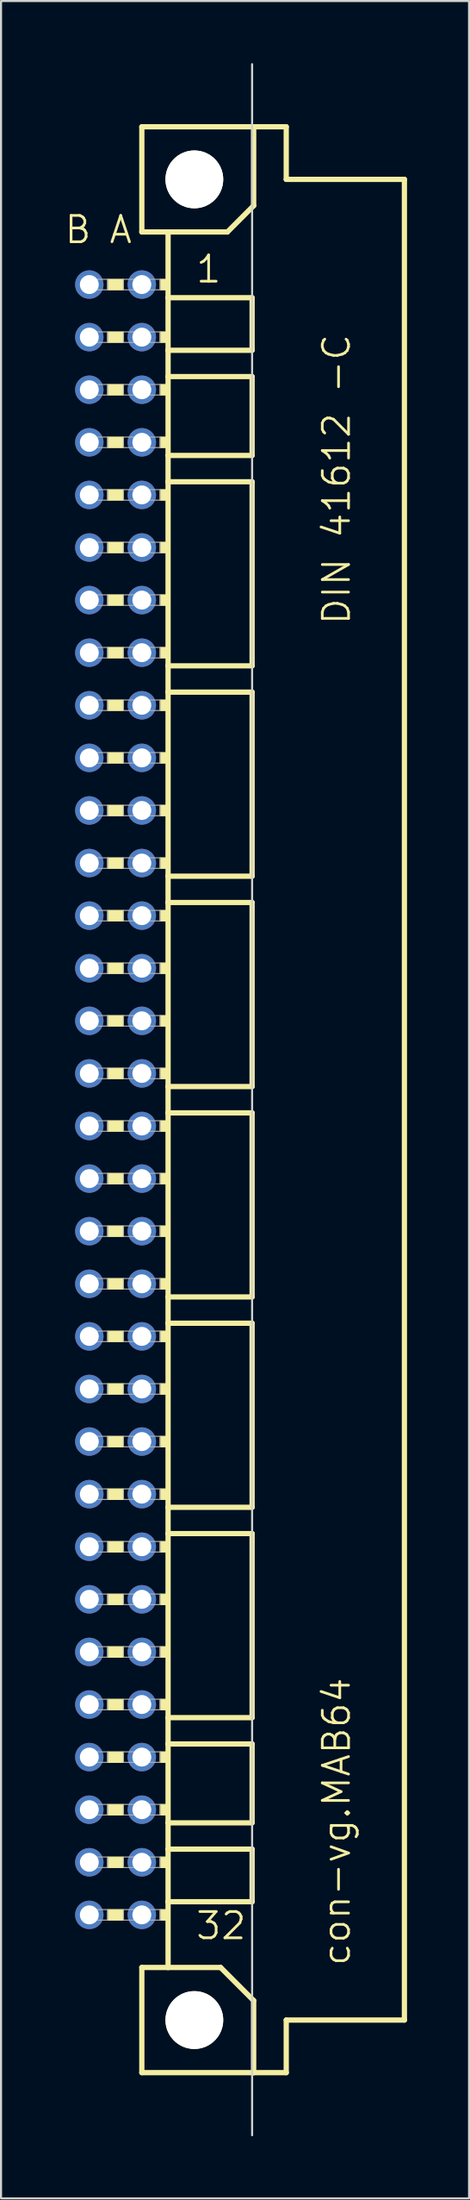
<source format=kicad_pcb>
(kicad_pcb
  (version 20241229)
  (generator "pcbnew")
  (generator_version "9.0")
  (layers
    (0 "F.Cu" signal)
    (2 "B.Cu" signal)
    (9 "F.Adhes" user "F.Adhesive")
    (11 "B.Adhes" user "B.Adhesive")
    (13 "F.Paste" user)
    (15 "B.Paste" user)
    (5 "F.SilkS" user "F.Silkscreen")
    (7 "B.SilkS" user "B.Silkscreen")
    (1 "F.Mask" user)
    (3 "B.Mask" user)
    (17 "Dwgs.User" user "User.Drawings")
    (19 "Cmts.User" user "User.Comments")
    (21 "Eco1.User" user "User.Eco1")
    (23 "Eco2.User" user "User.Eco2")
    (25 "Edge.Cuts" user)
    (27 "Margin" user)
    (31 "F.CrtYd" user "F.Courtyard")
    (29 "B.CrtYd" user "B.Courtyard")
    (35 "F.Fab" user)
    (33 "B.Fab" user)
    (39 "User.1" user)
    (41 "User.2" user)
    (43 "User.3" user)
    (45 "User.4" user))
  (footprint "con-vg.MAB64"
    (layer "F.Cu")
    (at 6.35 50.063)
    (property "Reference" "con-vg.MAB64" (at 7.62 41.91 90) (layer "F.SilkS") (effects (font (size 1.27 1.27) (thickness 0.13)) (justify left bottom)))
    (attr through_hole)
    (fp_line (start -2.54 -46.99) (end -2.54 -41.91) (stroke (width 0.254) (type default)) (layer "F.SilkS"))
    (fp_line (start -2.54 -41.91) (end -1.27 -41.91) (stroke (width 0.254) (type default)) (layer "F.SilkS"))
    (fp_line (start -2.54 41.91) (end -2.54 46.99) (stroke (width 0.254) (type default)) (layer "F.SilkS"))
    (fp_line (start -2.54 41.91) (end -1.27 41.91) (stroke (width 0.254) (type default)) (layer "F.SilkS"))
    (fp_line (start -2.54 46.99) (end 2.87 46.99) (stroke (width 0.254) (type default)) (layer "F.SilkS"))
    (fp_line (start -1.27 -41.91) (end -1.27 -38.735) (stroke (width 0.254) (type default)) (layer "F.SilkS"))
    (fp_line (start -1.27 -41.91) (end 1.6 -41.91) (stroke (width 0.254) (type default)) (layer "F.SilkS"))
    (fp_line (start -1.27 -38.735) (end -1.27 -36.195) (stroke (width 0.254) (type default)) (layer "F.SilkS"))
    (fp_line (start -1.27 -36.195) (end -1.27 -34.925) (stroke (width 0.254) (type default)) (layer "F.SilkS"))
    (fp_line (start -1.27 -34.925) (end -1.27 -31.115) (stroke (width 0.254) (type default)) (layer "F.SilkS"))
    (fp_line (start -1.27 -31.115) (end -1.27 -29.845) (stroke (width 0.254) (type default)) (layer "F.SilkS"))
    (fp_line (start -1.27 -29.845) (end -1.27 -20.955) (stroke (width 0.254) (type default)) (layer "F.SilkS"))
    (fp_line (start -1.27 -20.955) (end -1.27 -19.685) (stroke (width 0.254) (type default)) (layer "F.SilkS"))
    (fp_line (start -1.27 -19.685) (end -1.27 -10.795) (stroke (width 0.254) (type default)) (layer "F.SilkS"))
    (fp_line (start -1.27 -10.795) (end -1.27 -9.525) (stroke (width 0.254) (type default)) (layer "F.SilkS"))
    (fp_line (start -1.27 -9.525) (end -1.27 -0.635) (stroke (width 0.254) (type default)) (layer "F.SilkS"))
    (fp_line (start -1.27 -0.635) (end -1.27 0.635) (stroke (width 0.254) (type default)) (layer "F.SilkS"))
    (fp_line (start -1.27 0.635) (end -1.27 9.525) (stroke (width 0.254) (type default)) (layer "F.SilkS"))
    (fp_line (start -1.27 9.525) (end -1.27 10.795) (stroke (width 0.254) (type default)) (layer "F.SilkS"))
    (fp_line (start -1.27 10.795) (end -1.27 19.685) (stroke (width 0.254) (type default)) (layer "F.SilkS"))
    (fp_line (start -1.27 19.685) (end -1.27 20.955) (stroke (width 0.254) (type default)) (layer "F.SilkS"))
    (fp_line (start -1.27 20.955) (end -1.27 29.845) (stroke (width 0.254) (type default)) (layer "F.SilkS"))
    (fp_line (start -1.27 29.845) (end -1.27 31.115) (stroke (width 0.254) (type default)) (layer "F.SilkS"))
    (fp_line (start -1.27 31.115) (end -1.27 34.925) (stroke (width 0.254) (type default)) (layer "F.SilkS"))
    (fp_line (start -1.27 34.925) (end -1.27 36.195) (stroke (width 0.254) (type default)) (layer "F.SilkS"))
    (fp_line (start -1.27 36.195) (end -1.27 38.735) (stroke (width 0.254) (type default)) (layer "F.SilkS"))
    (fp_line (start -1.27 38.735) (end -1.27 41.91) (stroke (width 0.254) (type default)) (layer "F.SilkS"))
    (fp_line (start -1.27 41.91) (end 1.27 41.91) (stroke (width 0.254) (type default)) (layer "F.SilkS"))
    (fp_line (start 1.6 -41.91) (end 2.87 -43.18) (stroke (width 0.254) (type default)) (layer "F.SilkS"))
    (fp_line (start 2.794 -38.735) (end -1.27 -38.735) (stroke (width 0.254) (type default)) (layer "F.SilkS"))
    (fp_line (start 2.794 -38.735) (end 2.794 -36.195) (stroke (width 0.254) (type default)) (layer "F.SilkS"))
    (fp_line (start 2.794 -36.195) (end -1.27 -36.195) (stroke (width 0.254) (type default)) (layer "F.SilkS"))
    (fp_line (start 2.794 -34.925) (end -1.27 -34.925) (stroke (width 0.254) (type default)) (layer "F.SilkS"))
    (fp_line (start 2.794 -34.925) (end 2.794 -31.115) (stroke (width 0.254) (type default)) (layer "F.SilkS"))
    (fp_line (start 2.794 -31.115) (end -1.27 -31.115) (stroke (width 0.254) (type default)) (layer "F.SilkS"))
    (fp_line (start 2.794 -29.845) (end -1.27 -29.845) (stroke (width 0.254) (type default)) (layer "F.SilkS"))
    (fp_line (start 2.794 -29.845) (end 2.794 -20.955) (stroke (width 0.254) (type default)) (layer "F.SilkS"))
    (fp_line (start 2.794 -20.955) (end -1.27 -20.955) (stroke (width 0.254) (type default)) (layer "F.SilkS"))
    (fp_line (start 2.794 -19.685) (end -1.27 -19.685) (stroke (width 0.254) (type default)) (layer "F.SilkS"))
    (fp_line (start 2.794 -19.685) (end 2.794 -10.795) (stroke (width 0.254) (type default)) (layer "F.SilkS"))
    (fp_line (start 2.794 -10.795) (end -1.27 -10.795) (stroke (width 0.254) (type default)) (layer "F.SilkS"))
    (fp_line (start 2.794 -9.525) (end -1.27 -9.525) (stroke (width 0.254) (type default)) (layer "F.SilkS"))
    (fp_line (start 2.794 -9.525) (end 2.794 -0.635) (stroke (width 0.254) (type default)) (layer "F.SilkS"))
    (fp_line (start 2.794 -0.635) (end -1.27 -0.635) (stroke (width 0.254) (type default)) (layer "F.SilkS"))
    (fp_line (start 2.794 0.635) (end -1.27 0.635) (stroke (width 0.254) (type default)) (layer "F.SilkS"))
    (fp_line (start 2.794 0.635) (end 2.794 9.525) (stroke (width 0.254) (type default)) (layer "F.SilkS"))
    (fp_line (start 2.794 9.525) (end -1.27 9.525) (stroke (width 0.254) (type default)) (layer "F.SilkS"))
    (fp_line (start 2.794 10.795) (end -1.27 10.795) (stroke (width 0.254) (type default)) (layer "F.SilkS"))
    (fp_line (start 2.794 10.795) (end 2.794 19.685) (stroke (width 0.254) (type default)) (layer "F.SilkS"))
    (fp_line (start 2.794 19.685) (end -1.27 19.685) (stroke (width 0.254) (type default)) (layer "F.SilkS"))
    (fp_line (start 2.794 20.955) (end -1.27 20.955) (stroke (width 0.254) (type default)) (layer "F.SilkS"))
    (fp_line (start 2.794 20.955) (end 2.794 29.845) (stroke (width 0.254) (type default)) (layer "F.SilkS"))
    (fp_line (start 2.794 29.845) (end -1.27 29.845) (stroke (width 0.254) (type default)) (layer "F.SilkS"))
    (fp_line (start 2.794 31.115) (end -1.27 31.115) (stroke (width 0.254) (type default)) (layer "F.SilkS"))
    (fp_line (start 2.794 31.115) (end 2.794 34.925) (stroke (width 0.254) (type default)) (layer "F.SilkS"))
    (fp_line (start 2.794 34.925) (end -1.27 34.925) (stroke (width 0.254) (type default)) (layer "F.SilkS"))
    (fp_line (start 2.794 36.195) (end -1.27 36.195) (stroke (width 0.254) (type default)) (layer "F.SilkS"))
    (fp_line (start 2.794 36.195) (end 2.794 38.735) (stroke (width 0.254) (type default)) (layer "F.SilkS"))
    (fp_line (start 2.794 38.735) (end -1.27 38.735) (stroke (width 0.254) (type default)) (layer "F.SilkS"))
    (fp_line (start 2.87 -46.99) (end -2.54 -46.99) (stroke (width 0.254) (type default)) (layer "F.SilkS"))
    (fp_line (start 2.87 -43.18) (end 2.87 -46.99) (stroke (width 0.254) (type default)) (layer "F.SilkS"))
    (fp_line (start 2.87 43.51) (end 1.27 41.91) (stroke (width 0.254) (type default)) (layer "F.SilkS"))
    (fp_line (start 2.87 43.51) (end 2.87 46.99) (stroke (width 0.254) (type default)) (layer "F.SilkS"))
    (fp_line (start 2.87 46.99) (end 4.445 46.99) (stroke (width 0.254) (type default)) (layer "F.SilkS"))
    (fp_line (start 4.445 -46.99) (end 2.87 -46.99) (stroke (width 0.254) (type default)) (layer "F.SilkS"))
    (fp_line (start 4.445 -44.45) (end 4.445 -46.99) (stroke (width 0.254) (type default)) (layer "F.SilkS"))
    (fp_line (start 4.445 44.45) (end 10.16 44.45) (stroke (width 0.254) (type default)) (layer "F.SilkS"))
    (fp_line (start 4.445 46.99) (end 4.445 44.45) (stroke (width 0.254) (type default)) (layer "F.SilkS"))
    (fp_line (start 10.16 -44.45) (end 4.445 -44.45) (stroke (width 0.254) (type default)) (layer "F.SilkS"))
    (fp_line (start 10.16 44.45) (end 10.16 -44.45) (stroke (width 0.254) (type default)) (layer "F.SilkS"))
    (fp_rect (start -4.191 -39.116) (end -3.429 -39.624) (stroke (width 0.05) (type default)) (fill yes) (layer "F.SilkS"))
    (fp_rect (start -4.191 -36.576) (end -3.429 -37.084) (stroke (width 0.05) (type default)) (fill yes) (layer "F.SilkS"))
    (fp_rect (start -4.191 -34.036) (end -3.429 -34.544) (stroke (width 0.05) (type default)) (fill yes) (layer "F.SilkS"))
    (fp_rect (start -4.191 -31.496) (end -3.429 -32.004) (stroke (width 0.05) (type default)) (fill yes) (layer "F.SilkS"))
    (fp_rect (start -4.191 -28.956) (end -3.429 -29.464) (stroke (width 0.05) (type default)) (fill yes) (layer "F.SilkS"))
    (fp_rect (start -4.191 -26.416) (end -3.429 -26.924) (stroke (width 0.05) (type default)) (fill yes) (layer "F.SilkS"))
    (fp_rect (start -4.191 -23.876) (end -3.429 -24.384) (stroke (width 0.05) (type default)) (fill yes) (layer "F.SilkS"))
    (fp_rect (start -4.191 -21.336) (end -3.429 -21.844) (stroke (width 0.05) (type default)) (fill yes) (layer "F.SilkS"))
    (fp_rect (start -4.191 -18.796) (end -3.429 -19.304) (stroke (width 0.05) (type default)) (fill yes) (layer "F.SilkS"))
    (fp_rect (start -4.191 -16.256) (end -3.429 -16.764) (stroke (width 0.05) (type default)) (fill yes) (layer "F.SilkS"))
    (fp_rect (start -4.191 -13.716) (end -3.429 -14.224) (stroke (width 0.05) (type default)) (fill yes) (layer "F.SilkS"))
    (fp_rect (start -4.191 -11.176) (end -3.429 -11.684) (stroke (width 0.05) (type default)) (fill yes) (layer "F.SilkS"))
    (fp_rect (start -4.191 -8.636) (end -3.429 -9.144) (stroke (width 0.05) (type default)) (fill yes) (layer "F.SilkS"))
    (fp_rect (start -4.191 -6.096) (end -3.429 -6.604) (stroke (width 0.05) (type default)) (fill yes) (layer "F.SilkS"))
    (fp_rect (start -4.191 -3.556) (end -3.429 -4.064) (stroke (width 0.05) (type default)) (fill yes) (layer "F.SilkS"))
    (fp_rect (start -4.191 -1.016) (end -3.429 -1.524) (stroke (width 0.05) (type default)) (fill yes) (layer "F.SilkS"))
    (fp_rect (start -4.191 1.524) (end -3.429 1.016) (stroke (width 0.05) (type default)) (fill yes) (layer "F.SilkS"))
    (fp_rect (start -4.191 4.064) (end -3.429 3.556) (stroke (width 0.05) (type default)) (fill yes) (layer "F.SilkS"))
    (fp_rect (start -4.191 6.604) (end -3.429 6.096) (stroke (width 0.05) (type default)) (fill yes) (layer "F.SilkS"))
    (fp_rect (start -4.191 9.144) (end -3.429 8.636) (stroke (width 0.05) (type default)) (fill yes) (layer "F.SilkS"))
    (fp_rect (start -4.191 11.684) (end -3.429 11.176) (stroke (width 0.05) (type default)) (fill yes) (layer "F.SilkS"))
    (fp_rect (start -4.191 14.224) (end -3.429 13.716) (stroke (width 0.05) (type default)) (fill yes) (layer "F.SilkS"))
    (fp_rect (start -4.191 16.764) (end -3.429 16.256) (stroke (width 0.05) (type default)) (fill yes) (layer "F.SilkS"))
    (fp_rect (start -4.191 19.304) (end -3.429 18.796) (stroke (width 0.05) (type default)) (fill yes) (layer "F.SilkS"))
    (fp_rect (start -4.191 21.844) (end -3.429 21.336) (stroke (width 0.05) (type default)) (fill yes) (layer "F.SilkS"))
    (fp_rect (start -4.191 24.384) (end -3.429 23.876) (stroke (width 0.05) (type default)) (fill yes) (layer "F.SilkS"))
    (fp_rect (start -4.191 26.924) (end -3.429 26.416) (stroke (width 0.05) (type default)) (fill yes) (layer "F.SilkS"))
    (fp_rect (start -4.191 29.464) (end -3.429 28.956) (stroke (width 0.05) (type default)) (fill yes) (layer "F.SilkS"))
    (fp_rect (start -4.191 32.004) (end -3.429 31.496) (stroke (width 0.05) (type default)) (fill yes) (layer "F.SilkS"))
    (fp_rect (start -4.191 34.544) (end -3.429 34.036) (stroke (width 0.05) (type default)) (fill yes) (layer "F.SilkS"))
    (fp_rect (start -4.191 37.084) (end -3.429 36.576) (stroke (width 0.05) (type default)) (fill yes) (layer "F.SilkS"))
    (fp_rect (start -4.191 39.624) (end -3.429 39.116) (stroke (width 0.05) (type default)) (fill yes) (layer "F.SilkS"))
    (fp_rect (start -1.651 -39.116) (end -1.27 -39.624) (stroke (width 0.05) (type default)) (fill yes) (layer "F.SilkS"))
    (fp_rect (start -1.651 -36.576) (end -1.27 -37.084) (stroke (width 0.05) (type default)) (fill yes) (layer "F.SilkS"))
    (fp_rect (start -1.651 -34.036) (end -1.27 -34.544) (stroke (width 0.05) (type default)) (fill yes) (layer "F.SilkS"))
    (fp_rect (start -1.651 -31.496) (end -1.27 -32.004) (stroke (width 0.05) (type default)) (fill yes) (layer "F.SilkS"))
    (fp_rect (start -1.651 -28.956) (end -1.27 -29.464) (stroke (width 0.05) (type default)) (fill yes) (layer "F.SilkS"))
    (fp_rect (start -1.651 -26.416) (end -1.27 -26.924) (stroke (width 0.05) (type default)) (fill yes) (layer "F.SilkS"))
    (fp_rect (start -1.651 -23.876) (end -1.27 -24.384) (stroke (width 0.05) (type default)) (fill yes) (layer "F.SilkS"))
    (fp_rect (start -1.651 -21.336) (end -1.27 -21.844) (stroke (width 0.05) (type default)) (fill yes) (layer "F.SilkS"))
    (fp_rect (start -1.651 -18.796) (end -1.27 -19.304) (stroke (width 0.05) (type default)) (fill yes) (layer "F.SilkS"))
    (fp_rect (start -1.651 -16.256) (end -1.27 -16.764) (stroke (width 0.05) (type default)) (fill yes) (layer "F.SilkS"))
    (fp_rect (start -1.651 -13.716) (end -1.27 -14.224) (stroke (width 0.05) (type default)) (fill yes) (layer "F.SilkS"))
    (fp_rect (start -1.651 -11.176) (end -1.27 -11.684) (stroke (width 0.05) (type default)) (fill yes) (layer "F.SilkS"))
    (fp_rect (start -1.651 -8.636) (end -1.27 -9.144) (stroke (width 0.05) (type default)) (fill yes) (layer "F.SilkS"))
    (fp_rect (start -1.651 -6.096) (end -1.27 -6.604) (stroke (width 0.05) (type default)) (fill yes) (layer "F.SilkS"))
    (fp_rect (start -1.651 -3.556) (end -1.27 -4.064) (stroke (width 0.05) (type default)) (fill yes) (layer "F.SilkS"))
    (fp_rect (start -1.651 -1.016) (end -1.27 -1.524) (stroke (width 0.05) (type default)) (fill yes) (layer "F.SilkS"))
    (fp_rect (start -1.651 1.524) (end -1.27 1.016) (stroke (width 0.05) (type default)) (fill yes) (layer "F.SilkS"))
    (fp_rect (start -1.651 4.064) (end -1.27 3.556) (stroke (width 0.05) (type default)) (fill yes) (layer "F.SilkS"))
    (fp_rect (start -1.651 6.604) (end -1.27 6.096) (stroke (width 0.05) (type default)) (fill yes) (layer "F.SilkS"))
    (fp_rect (start -1.651 9.144) (end -1.27 8.636) (stroke (width 0.05) (type default)) (fill yes) (layer "F.SilkS"))
    (fp_rect (start -1.651 11.684) (end -1.27 11.176) (stroke (width 0.05) (type default)) (fill yes) (layer "F.SilkS"))
    (fp_rect (start -1.651 14.224) (end -1.27 13.716) (stroke (width 0.05) (type default)) (fill yes) (layer "F.SilkS"))
    (fp_rect (start -1.651 16.764) (end -1.27 16.256) (stroke (width 0.05) (type default)) (fill yes) (layer "F.SilkS"))
    (fp_rect (start -1.651 19.304) (end -1.27 18.796) (stroke (width 0.05) (type default)) (fill yes) (layer "F.SilkS"))
    (fp_rect (start -1.651 21.844) (end -1.27 21.336) (stroke (width 0.05) (type default)) (fill yes) (layer "F.SilkS"))
    (fp_rect (start -1.651 24.384) (end -1.27 23.876) (stroke (width 0.05) (type default)) (fill yes) (layer "F.SilkS"))
    (fp_rect (start -1.651 26.924) (end -1.27 26.416) (stroke (width 0.05) (type default)) (fill yes) (layer "F.SilkS"))
    (fp_rect (start -1.651 29.464) (end -1.27 28.956) (stroke (width 0.05) (type default)) (fill yes) (layer "F.SilkS"))
    (fp_rect (start -1.651 32.004) (end -1.27 31.496) (stroke (width 0.05) (type default)) (fill yes) (layer "F.SilkS"))
    (fp_rect (start -1.651 34.544) (end -1.27 34.036) (stroke (width 0.05) (type default)) (fill yes) (layer "F.SilkS"))
    (fp_rect (start -1.651 37.084) (end -1.27 36.576) (stroke (width 0.05) (type default)) (fill yes) (layer "F.SilkS"))
    (fp_rect (start -1.651 39.624) (end -1.27 39.116) (stroke (width 0.05) (type default)) (fill yes) (layer "F.SilkS"))
    (fp_circle (center 0 -44.45) (end 1.27 -44.45) (stroke (width 0.254) (type default)) (fill no) (layer "F.SilkS"))
    (fp_circle (center 0 44.45) (end 1.27 44.45) (stroke (width 0.254) (type default)) (fill no) (layer "F.SilkS"))
    (fp_line (start 2.794 50.013) (end 2.794 -50.013) (stroke (width 0.1) (type default)) (layer "Edge.Cuts"))
    (fp_rect (start -5.334 -39.116) (end -4.191 -39.624) (stroke (width 0.05) (type default)) (fill no) (layer "F.Fab"))
    (fp_rect (start -5.334 -36.576) (end -4.191 -37.084) (stroke (width 0.05) (type default)) (fill no) (layer "F.Fab"))
    (fp_rect (start -5.334 -34.036) (end -4.191 -34.544) (stroke (width 0.05) (type default)) (fill no) (layer "F.Fab"))
    (fp_rect (start -5.334 -31.496) (end -4.191 -32.004) (stroke (width 0.05) (type default)) (fill no) (layer "F.Fab"))
    (fp_rect (start -5.334 -28.956) (end -4.191 -29.464) (stroke (width 0.05) (type default)) (fill no) (layer "F.Fab"))
    (fp_rect (start -5.334 -26.416) (end -4.191 -26.924) (stroke (width 0.05) (type default)) (fill no) (layer "F.Fab"))
    (fp_rect (start -5.334 -23.876) (end -4.191 -24.384) (stroke (width 0.05) (type default)) (fill no) (layer "F.Fab"))
    (fp_rect (start -5.334 -21.336) (end -4.191 -21.844) (stroke (width 0.05) (type default)) (fill no) (layer "F.Fab"))
    (fp_rect (start -5.334 -18.796) (end -4.191 -19.304) (stroke (width 0.05) (type default)) (fill no) (layer "F.Fab"))
    (fp_rect (start -5.334 -16.256) (end -4.191 -16.764) (stroke (width 0.05) (type default)) (fill no) (layer "F.Fab"))
    (fp_rect (start -5.334 -13.716) (end -4.191 -14.224) (stroke (width 0.05) (type default)) (fill no) (layer "F.Fab"))
    (fp_rect (start -5.334 -11.176) (end -4.191 -11.684) (stroke (width 0.05) (type default)) (fill no) (layer "F.Fab"))
    (fp_rect (start -5.334 -8.636) (end -4.191 -9.144) (stroke (width 0.05) (type default)) (fill no) (layer "F.Fab"))
    (fp_rect (start -5.334 -6.096) (end -4.191 -6.604) (stroke (width 0.05) (type default)) (fill no) (layer "F.Fab"))
    (fp_rect (start -5.334 -3.556) (end -4.191 -4.064) (stroke (width 0.05) (type default)) (fill no) (layer "F.Fab"))
    (fp_rect (start -5.334 -1.016) (end -4.191 -1.524) (stroke (width 0.05) (type default)) (fill no) (layer "F.Fab"))
    (fp_rect (start -5.334 1.524) (end -4.191 1.016) (stroke (width 0.05) (type default)) (fill no) (layer "F.Fab"))
    (fp_rect (start -5.334 4.064) (end -4.191 3.556) (stroke (width 0.05) (type default)) (fill no) (layer "F.Fab"))
    (fp_rect (start -5.334 6.604) (end -4.191 6.096) (stroke (width 0.05) (type default)) (fill no) (layer "F.Fab"))
    (fp_rect (start -5.334 9.144) (end -4.191 8.636) (stroke (width 0.05) (type default)) (fill no) (layer "F.Fab"))
    (fp_rect (start -5.334 11.684) (end -4.191 11.176) (stroke (width 0.05) (type default)) (fill no) (layer "F.Fab"))
    (fp_rect (start -5.334 14.224) (end -4.191 13.716) (stroke (width 0.05) (type default)) (fill no) (layer "F.Fab"))
    (fp_rect (start -5.334 16.764) (end -4.191 16.256) (stroke (width 0.05) (type default)) (fill no) (layer "F.Fab"))
    (fp_rect (start -5.334 19.304) (end -4.191 18.796) (stroke (width 0.05) (type default)) (fill no) (layer "F.Fab"))
    (fp_rect (start -5.334 21.844) (end -4.191 21.336) (stroke (width 0.05) (type default)) (fill no) (layer "F.Fab"))
    (fp_rect (start -5.334 24.384) (end -4.191 23.876) (stroke (width 0.05) (type default)) (fill no) (layer "F.Fab"))
    (fp_rect (start -5.334 26.924) (end -4.191 26.416) (stroke (width 0.05) (type default)) (fill no) (layer "F.Fab"))
    (fp_rect (start -5.334 29.464) (end -4.191 28.956) (stroke (width 0.05) (type default)) (fill no) (layer "F.Fab"))
    (fp_rect (start -5.334 32.004) (end -4.191 31.496) (stroke (width 0.05) (type default)) (fill no) (layer "F.Fab"))
    (fp_rect (start -5.334 34.544) (end -4.191 34.036) (stroke (width 0.05) (type default)) (fill no) (layer "F.Fab"))
    (fp_rect (start -5.334 37.084) (end -4.191 36.576) (stroke (width 0.05) (type default)) (fill no) (layer "F.Fab"))
    (fp_rect (start -5.334 39.624) (end -4.191 39.116) (stroke (width 0.05) (type default)) (fill no) (layer "F.Fab"))
    (fp_rect (start -3.429 -39.116) (end -1.651 -39.624) (stroke (width 0.05) (type default)) (fill no) (layer "F.Fab"))
    (fp_rect (start -3.429 -36.576) (end -1.651 -37.084) (stroke (width 0.05) (type default)) (fill no) (layer "F.Fab"))
    (fp_rect (start -3.429 -34.036) (end -1.651 -34.544) (stroke (width 0.05) (type default)) (fill no) (layer "F.Fab"))
    (fp_rect (start -3.429 -31.496) (end -1.651 -32.004) (stroke (width 0.05) (type default)) (fill no) (layer "F.Fab"))
    (fp_rect (start -3.429 -28.956) (end -1.651 -29.464) (stroke (width 0.05) (type default)) (fill no) (layer "F.Fab"))
    (fp_rect (start -3.429 -26.416) (end -1.651 -26.924) (stroke (width 0.05) (type default)) (fill no) (layer "F.Fab"))
    (fp_rect (start -3.429 -23.876) (end -1.651 -24.384) (stroke (width 0.05) (type default)) (fill no) (layer "F.Fab"))
    (fp_rect (start -3.429 -21.336) (end -1.651 -21.844) (stroke (width 0.05) (type default)) (fill no) (layer "F.Fab"))
    (fp_rect (start -3.429 -18.796) (end -1.651 -19.304) (stroke (width 0.05) (type default)) (fill no) (layer "F.Fab"))
    (fp_rect (start -3.429 -16.256) (end -1.651 -16.764) (stroke (width 0.05) (type default)) (fill no) (layer "F.Fab"))
    (fp_rect (start -3.429 -13.716) (end -1.651 -14.224) (stroke (width 0.05) (type default)) (fill no) (layer "F.Fab"))
    (fp_rect (start -3.429 -11.176) (end -1.651 -11.684) (stroke (width 0.05) (type default)) (fill no) (layer "F.Fab"))
    (fp_rect (start -3.429 -8.636) (end -1.651 -9.144) (stroke (width 0.05) (type default)) (fill no) (layer "F.Fab"))
    (fp_rect (start -3.429 -6.096) (end -1.651 -6.604) (stroke (width 0.05) (type default)) (fill no) (layer "F.Fab"))
    (fp_rect (start -3.429 -3.556) (end -1.651 -4.064) (stroke (width 0.05) (type default)) (fill no) (layer "F.Fab"))
    (fp_rect (start -3.429 -1.016) (end -1.651 -1.524) (stroke (width 0.05) (type default)) (fill no) (layer "F.Fab"))
    (fp_rect (start -3.429 1.524) (end -1.651 1.016) (stroke (width 0.05) (type default)) (fill no) (layer "F.Fab"))
    (fp_rect (start -3.429 4.064) (end -1.651 3.556) (stroke (width 0.05) (type default)) (fill no) (layer "F.Fab"))
    (fp_rect (start -3.429 6.604) (end -1.651 6.096) (stroke (width 0.05) (type default)) (fill no) (layer "F.Fab"))
    (fp_rect (start -3.429 9.144) (end -1.651 8.636) (stroke (width 0.05) (type default)) (fill no) (layer "F.Fab"))
    (fp_rect (start -3.429 11.684) (end -1.651 11.176) (stroke (width 0.05) (type default)) (fill no) (layer "F.Fab"))
    (fp_rect (start -3.429 14.224) (end -1.651 13.716) (stroke (width 0.05) (type default)) (fill no) (layer "F.Fab"))
    (fp_rect (start -3.429 16.764) (end -1.651 16.256) (stroke (width 0.05) (type default)) (fill no) (layer "F.Fab"))
    (fp_rect (start -3.429 19.304) (end -1.651 18.796) (stroke (width 0.05) (type default)) (fill no) (layer "F.Fab"))
    (fp_rect (start -3.429 21.844) (end -1.651 21.336) (stroke (width 0.05) (type default)) (fill no) (layer "F.Fab"))
    (fp_rect (start -3.429 24.384) (end -1.651 23.876) (stroke (width 0.05) (type default)) (fill no) (layer "F.Fab"))
    (fp_rect (start -3.429 26.924) (end -1.651 26.416) (stroke (width 0.05) (type default)) (fill no) (layer "F.Fab"))
    (fp_rect (start -3.429 29.464) (end -1.651 28.956) (stroke (width 0.05) (type default)) (fill no) (layer "F.Fab"))
    (fp_rect (start -3.429 32.004) (end -1.651 31.496) (stroke (width 0.05) (type default)) (fill no) (layer "F.Fab"))
    (fp_rect (start -3.429 34.544) (end -1.651 34.036) (stroke (width 0.05) (type default)) (fill no) (layer "F.Fab"))
    (fp_rect (start -3.429 37.084) (end -1.651 36.576) (stroke (width 0.05) (type default)) (fill no) (layer "F.Fab"))
    (fp_rect (start -3.429 39.624) (end -1.651 39.116) (stroke (width 0.05) (type default)) (fill no) (layer "F.Fab"))
    (fp_text user "A" (at -4.191 -41.275 0) (layer "F.SilkS") (effects (font (size 1.27 1.27) (thickness 0.13)) (justify left bottom)))
    (fp_text user "B" (at -6.35 -41.275 0) (layer "F.SilkS") (effects (font (size 1.27 1.27) (thickness 0.13)) (justify left bottom)))
    (fp_text user "DIN 41612 -C" (at 7.62 -22.86 90) (layer "F.SilkS") (effects (font (size 1.27 1.27) (thickness 0.13)) (justify left bottom)))
    (fp_text user "32" (at 0 40.64 0) (layer "F.SilkS") (effects (font (size 1.27 1.27) (thickness 0.13)) (justify left bottom)))
    (fp_text user "1" (at 0 -39.37 0) (layer "F.SilkS") (effects (font (size 1.27 1.27) (thickness 0.13)) (justify left bottom)))
    (pad "" np_thru_hole circle (at 0 -44.45) (size 2.794 2.794) (drill 2.794) (layers "*.Cu" "*.Mask"))
    (pad "" np_thru_hole circle (at 0 44.45) (size 2.794 2.794) (drill 2.794) (layers "*.Cu" "*.Mask"))
    (pad "A1" thru_hole circle (at -2.54 -39.37) (size 1.372 1.372) (drill 0.914) (layers "*.Cu" "*.Mask"))
    (pad "A2" thru_hole circle (at -2.54 -36.83) (size 1.372 1.372) (drill 0.914) (layers "*.Cu" "*.Mask"))
    (pad "A3" thru_hole circle (at -2.54 -34.29) (size 1.372 1.372) (drill 0.914) (layers "*.Cu" "*.Mask"))
    (pad "A4" thru_hole circle (at -2.54 -31.75) (size 1.372 1.372) (drill 0.914) (layers "*.Cu" "*.Mask"))
    (pad "A5" thru_hole circle (at -2.54 -29.21) (size 1.372 1.372) (drill 0.914) (layers "*.Cu" "*.Mask"))
    (pad "A6" thru_hole circle (at -2.54 -26.67) (size 1.372 1.372) (drill 0.914) (layers "*.Cu" "*.Mask"))
    (pad "A7" thru_hole circle (at -2.54 -24.13) (size 1.372 1.372) (drill 0.914) (layers "*.Cu" "*.Mask"))
    (pad "A8" thru_hole circle (at -2.54 -21.59) (size 1.372 1.372) (drill 0.914) (layers "*.Cu" "*.Mask"))
    (pad "A9" thru_hole circle (at -2.54 -19.05) (size 1.372 1.372) (drill 0.914) (layers "*.Cu" "*.Mask"))
    (pad "A10" thru_hole circle (at -2.54 -16.51) (size 1.372 1.372) (drill 0.914) (layers "*.Cu" "*.Mask"))
    (pad "A11" thru_hole circle (at -2.54 -13.97) (size 1.372 1.372) (drill 0.914) (layers "*.Cu" "*.Mask"))
    (pad "A12" thru_hole circle (at -2.54 -11.43) (size 1.372 1.372) (drill 0.914) (layers "*.Cu" "*.Mask"))
    (pad "A13" thru_hole circle (at -2.54 -8.89) (size 1.372 1.372) (drill 0.914) (layers "*.Cu" "*.Mask"))
    (pad "A14" thru_hole circle (at -2.54 -6.35) (size 1.372 1.372) (drill 0.914) (layers "*.Cu" "*.Mask"))
    (pad "A15" thru_hole circle (at -2.54 -3.81) (size 1.372 1.372) (drill 0.914) (layers "*.Cu" "*.Mask"))
    (pad "A16" thru_hole circle (at -2.54 -1.27) (size 1.372 1.372) (drill 0.914) (layers "*.Cu" "*.Mask"))
    (pad "A17" thru_hole circle (at -2.54 1.27) (size 1.372 1.372) (drill 0.914) (layers "*.Cu" "*.Mask"))
    (pad "A18" thru_hole circle (at -2.54 3.81) (size 1.372 1.372) (drill 0.914) (layers "*.Cu" "*.Mask"))
    (pad "A19" thru_hole circle (at -2.54 6.35) (size 1.372 1.372) (drill 0.914) (layers "*.Cu" "*.Mask"))
    (pad "A20" thru_hole circle (at -2.54 8.89) (size 1.372 1.372) (drill 0.914) (layers "*.Cu" "*.Mask"))
    (pad "A21" thru_hole circle (at -2.54 11.43) (size 1.372 1.372) (drill 0.914) (layers "*.Cu" "*.Mask"))
    (pad "A22" thru_hole circle (at -2.54 13.97) (size 1.372 1.372) (drill 0.914) (layers "*.Cu" "*.Mask"))
    (pad "A23" thru_hole circle (at -2.54 16.51) (size 1.372 1.372) (drill 0.914) (layers "*.Cu" "*.Mask"))
    (pad "A24" thru_hole circle (at -2.54 19.05) (size 1.372 1.372) (drill 0.914) (layers "*.Cu" "*.Mask"))
    (pad "A25" thru_hole circle (at -2.54 21.59) (size 1.372 1.372) (drill 0.914) (layers "*.Cu" "*.Mask"))
    (pad "A26" thru_hole circle (at -2.54 24.13) (size 1.372 1.372) (drill 0.914) (layers "*.Cu" "*.Mask"))
    (pad "A27" thru_hole circle (at -2.54 26.67) (size 1.372 1.372) (drill 0.914) (layers "*.Cu" "*.Mask"))
    (pad "A28" thru_hole circle (at -2.54 29.21) (size 1.372 1.372) (drill 0.914) (layers "*.Cu" "*.Mask"))
    (pad "A29" thru_hole circle (at -2.54 31.75) (size 1.372 1.372) (drill 0.914) (layers "*.Cu" "*.Mask"))
    (pad "A30" thru_hole circle (at -2.54 34.29) (size 1.372 1.372) (drill 0.914) (layers "*.Cu" "*.Mask"))
    (pad "A31" thru_hole circle (at -2.54 36.83) (size 1.372 1.372) (drill 0.914) (layers "*.Cu" "*.Mask"))
    (pad "A32" thru_hole circle (at -2.54 39.37) (size 1.372 1.372) (drill 0.914) (layers "*.Cu" "*.Mask"))
    (pad "B1" thru_hole circle (at -5.08 -39.37) (size 1.372 1.372) (drill 0.914) (layers "*.Cu" "*.Mask"))
    (pad "B2" thru_hole circle (at -5.08 -36.83) (size 1.372 1.372) (drill 0.914) (layers "*.Cu" "*.Mask"))
    (pad "B3" thru_hole circle (at -5.08 -34.29) (size 1.372 1.372) (drill 0.914) (layers "*.Cu" "*.Mask"))
    (pad "B4" thru_hole circle (at -5.08 -31.75) (size 1.372 1.372) (drill 0.914) (layers "*.Cu" "*.Mask"))
    (pad "B5" thru_hole circle (at -5.08 -29.21) (size 1.372 1.372) (drill 0.914) (layers "*.Cu" "*.Mask"))
    (pad "B6" thru_hole circle (at -5.08 -26.67) (size 1.372 1.372) (drill 0.914) (layers "*.Cu" "*.Mask"))
    (pad "B7" thru_hole circle (at -5.08 -24.13) (size 1.372 1.372) (drill 0.914) (layers "*.Cu" "*.Mask"))
    (pad "B8" thru_hole circle (at -5.08 -21.59) (size 1.372 1.372) (drill 0.914) (layers "*.Cu" "*.Mask"))
    (pad "B9" thru_hole circle (at -5.08 -19.05) (size 1.372 1.372) (drill 0.914) (layers "*.Cu" "*.Mask"))
    (pad "B10" thru_hole circle (at -5.08 -16.51) (size 1.372 1.372) (drill 0.914) (layers "*.Cu" "*.Mask"))
    (pad "B11" thru_hole circle (at -5.08 -13.97) (size 1.372 1.372) (drill 0.914) (layers "*.Cu" "*.Mask"))
    (pad "B12" thru_hole circle (at -5.08 -11.43) (size 1.372 1.372) (drill 0.914) (layers "*.Cu" "*.Mask"))
    (pad "B13" thru_hole circle (at -5.08 -8.89) (size 1.372 1.372) (drill 0.914) (layers "*.Cu" "*.Mask"))
    (pad "B14" thru_hole circle (at -5.08 -6.35) (size 1.372 1.372) (drill 0.914) (layers "*.Cu" "*.Mask"))
    (pad "B15" thru_hole circle (at -5.08 -3.81) (size 1.372 1.372) (drill 0.914) (layers "*.Cu" "*.Mask"))
    (pad "B16" thru_hole circle (at -5.08 -1.27) (size 1.372 1.372) (drill 0.914) (layers "*.Cu" "*.Mask"))
    (pad "B17" thru_hole circle (at -5.08 1.27) (size 1.372 1.372) (drill 0.914) (layers "*.Cu" "*.Mask"))
    (pad "B18" thru_hole circle (at -5.08 3.81) (size 1.372 1.372) (drill 0.914) (layers "*.Cu" "*.Mask"))
    (pad "B19" thru_hole circle (at -5.08 6.35) (size 1.372 1.372) (drill 0.914) (layers "*.Cu" "*.Mask"))
    (pad "B20" thru_hole circle (at -5.08 8.89) (size 1.372 1.372) (drill 0.914) (layers "*.Cu" "*.Mask"))
    (pad "B21" thru_hole circle (at -5.08 11.43) (size 1.372 1.372) (drill 0.914) (layers "*.Cu" "*.Mask"))
    (pad "B22" thru_hole circle (at -5.08 13.97) (size 1.372 1.372) (drill 0.914) (layers "*.Cu" "*.Mask"))
    (pad "B23" thru_hole circle (at -5.08 16.51) (size 1.372 1.372) (drill 0.914) (layers "*.Cu" "*.Mask"))
    (pad "B24" thru_hole circle (at -5.08 19.05) (size 1.372 1.372) (drill 0.914) (layers "*.Cu" "*.Mask"))
    (pad "B25" thru_hole circle (at -5.08 21.59) (size 1.372 1.372) (drill 0.914) (layers "*.Cu" "*.Mask"))
    (pad "B26" thru_hole circle (at -5.08 24.13) (size 1.372 1.372) (drill 0.914) (layers "*.Cu" "*.Mask"))
    (pad "B27" thru_hole circle (at -5.08 26.67) (size 1.372 1.372) (drill 0.914) (layers "*.Cu" "*.Mask"))
    (pad "B28" thru_hole circle (at -5.08 29.21) (size 1.372 1.372) (drill 0.914) (layers "*.Cu" "*.Mask"))
    (pad "B29" thru_hole circle (at -5.08 31.75) (size 1.372 1.372) (drill 0.914) (layers "*.Cu" "*.Mask"))
    (pad "B30" thru_hole circle (at -5.08 34.29) (size 1.372 1.372) (drill 0.914) (layers "*.Cu" "*.Mask"))
    (pad "B31" thru_hole circle (at -5.08 36.83) (size 1.372 1.372) (drill 0.914) (layers "*.Cu" "*.Mask"))
    (pad "B32" thru_hole circle (at -5.08 39.37) (size 1.372 1.372) (drill 0.914) (layers "*.Cu" "*.Mask")))
  (gr_rect
    (start -3 -3)
    (end 19.637 103.125)
    (stroke (width 0.1) (type default))
    (fill no)
    (layer "Edge.Cuts")))
</source>
